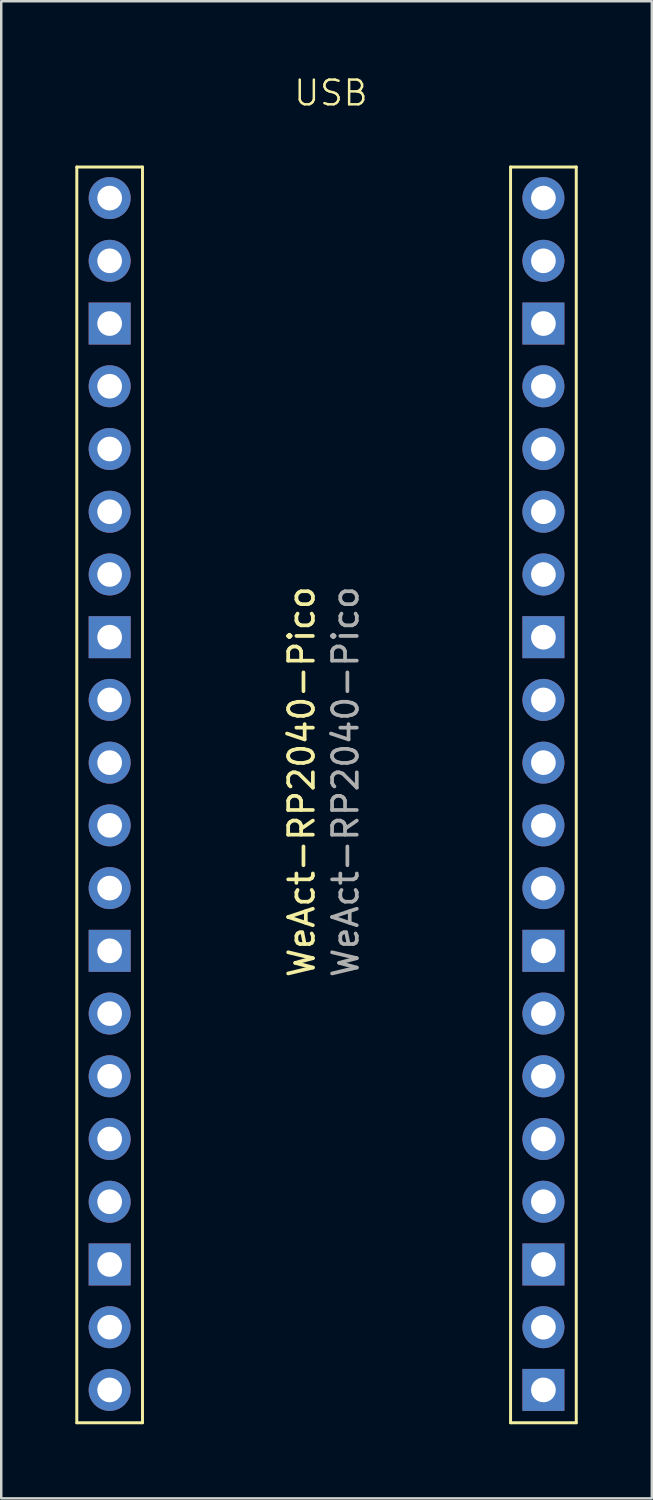
<source format=kicad_pcb>
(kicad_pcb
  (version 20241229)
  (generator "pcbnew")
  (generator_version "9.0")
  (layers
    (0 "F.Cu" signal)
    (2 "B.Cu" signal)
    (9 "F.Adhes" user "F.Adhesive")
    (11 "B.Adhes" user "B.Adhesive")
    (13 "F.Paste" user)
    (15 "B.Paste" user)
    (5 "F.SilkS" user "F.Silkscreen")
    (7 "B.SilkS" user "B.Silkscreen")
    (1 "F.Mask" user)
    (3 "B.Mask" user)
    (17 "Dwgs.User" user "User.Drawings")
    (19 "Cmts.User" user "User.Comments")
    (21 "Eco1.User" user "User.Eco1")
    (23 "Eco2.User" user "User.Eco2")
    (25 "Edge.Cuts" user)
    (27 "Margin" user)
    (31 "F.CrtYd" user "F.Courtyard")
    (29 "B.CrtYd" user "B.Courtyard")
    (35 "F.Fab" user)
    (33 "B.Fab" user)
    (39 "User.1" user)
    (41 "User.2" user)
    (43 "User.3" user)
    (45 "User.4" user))
  (footprint "WeAct-RP2040-Pico"
    (layer "F.Cu")
    (at 10.18 29.113)
    (property "Reference" "WeAct-RP2040-Pico" (at -1.016 -0.508 90) (unlocked yes) (layer "F.SilkS") (effects (font (size 1 1) (thickness 0.15))))
    (attr through_hole)
    (fp_line (start -10.12 -25.4) (end -10.12 25.448) (stroke (width 0.12) (type solid)) (layer "F.SilkS"))
    (fp_line (start -10.12 -25.4) (end -7.46 -25.4) (stroke (width 0.12) (type solid)) (layer "F.SilkS"))
    (fp_line (start -10.12 25.448) (end -7.46 25.448) (stroke (width 0.12) (type solid)) (layer "F.SilkS"))
    (fp_line (start -7.46 -25.4) (end -7.46 25.448) (stroke (width 0.12) (type solid)) (layer "F.SilkS"))
    (fp_line (start 7.444 -25.4) (end 7.444 25.448) (stroke (width 0.12) (type solid)) (layer "F.SilkS"))
    (fp_line (start 7.444 -25.4) (end 10.104 -25.4) (stroke (width 0.12) (type solid)) (layer "F.SilkS"))
    (fp_line (start 7.444 25.448) (end 10.104 25.448) (stroke (width 0.12) (type solid)) (layer "F.SilkS"))
    (fp_line (start 10.104 -25.4) (end 10.104 25.448) (stroke (width 0.12) (type solid)) (layer "F.SilkS"))
    (fp_text user "USB" (at -1.397 -27.813 0) (unlocked yes) (layer "F.SilkS") (effects (font (size 1 1) (thickness 0.1)) (justify left bottom)))
    (fp_text user "${REFERENCE}" (at 0.762 -0.508 90) (unlocked yes) (layer "F.Fab") (effects (font (size 1 1) (thickness 0.15))))
    (pad "1" thru_hole circle (at -8.79 -24.142) (size 1.7 1.7) (drill 1) (layers "*.Cu" "*.Mask"))
    (pad "2" thru_hole oval (at -8.79 -21.602) (size 1.7 1.7) (drill 1) (layers "*.Cu" "*.Mask"))
    (pad "3" thru_hole rect (at -8.79 -19.062) (size 1.7 1.7) (drill 1) (layers "*.Cu" "*.Mask"))
    (pad "4" thru_hole oval (at -8.79 -16.522) (size 1.7 1.7) (drill 1) (layers "*.Cu" "*.Mask"))
    (pad "5" thru_hole oval (at -8.79 -13.982) (size 1.7 1.7) (drill 1) (layers "*.Cu" "*.Mask"))
    (pad "6" thru_hole oval (at -8.79 -11.442) (size 1.7 1.7) (drill 1) (layers "*.Cu" "*.Mask"))
    (pad "7" thru_hole oval (at -8.79 -8.902) (size 1.7 1.7) (drill 1) (layers "*.Cu" "*.Mask"))
    (pad "8" thru_hole rect (at -8.79 -6.362) (size 1.7 1.7) (drill 1) (layers "*.Cu" "*.Mask"))
    (pad "9" thru_hole oval (at -8.79 -3.822) (size 1.7 1.7) (drill 1) (layers "*.Cu" "*.Mask"))
    (pad "10" thru_hole oval (at -8.79 -1.282) (size 1.7 1.7) (drill 1) (layers "*.Cu" "*.Mask"))
    (pad "11" thru_hole oval (at -8.79 1.258) (size 1.7 1.7) (drill 1) (layers "*.Cu" "*.Mask"))
    (pad "12" thru_hole oval (at -8.79 3.798) (size 1.7 1.7) (drill 1) (layers "*.Cu" "*.Mask"))
    (pad "13" thru_hole rect (at -8.79 6.338) (size 1.7 1.7) (drill 1) (layers "*.Cu" "*.Mask"))
    (pad "14" thru_hole oval (at -8.79 8.878) (size 1.7 1.7) (drill 1) (layers "*.Cu" "*.Mask"))
    (pad "15" thru_hole oval (at -8.79 11.418) (size 1.7 1.7) (drill 1) (layers "*.Cu" "*.Mask"))
    (pad "16" thru_hole oval (at -8.79 13.958) (size 1.7 1.7) (drill 1) (layers "*.Cu" "*.Mask"))
    (pad "17" thru_hole oval (at -8.79 16.498) (size 1.7 1.7) (drill 1) (layers "*.Cu" "*.Mask"))
    (pad "18" thru_hole rect (at -8.79 19.038) (size 1.7 1.7) (drill 1) (layers "*.Cu" "*.Mask"))
    (pad "19" thru_hole oval (at -8.79 21.578) (size 1.7 1.7) (drill 1) (layers "*.Cu" "*.Mask"))
    (pad "20" thru_hole oval (at -8.79 24.118) (size 1.7 1.7) (drill 1) (layers "*.Cu" "*.Mask"))
    (pad "21" thru_hole rect (at 8.774 24.118) (size 1.7 1.7) (drill 1) (layers "*.Cu" "*.Mask"))
    (pad "22" thru_hole oval (at 8.774 21.578) (size 1.7 1.7) (drill 1) (layers "*.Cu" "*.Mask"))
    (pad "23" thru_hole rect (at 8.774 19.038) (size 1.7 1.7) (drill 1) (layers "*.Cu" "*.Mask"))
    (pad "24" thru_hole oval (at 8.774 16.498) (size 1.7 1.7) (drill 1) (layers "*.Cu" "*.Mask"))
    (pad "25" thru_hole oval (at 8.774 13.958) (size 1.7 1.7) (drill 1) (layers "*.Cu" "*.Mask"))
    (pad "26" thru_hole oval (at 8.774 11.418) (size 1.7 1.7) (drill 1) (layers "*.Cu" "*.Mask"))
    (pad "27" thru_hole oval (at 8.774 8.878) (size 1.7 1.7) (drill 1) (layers "*.Cu" "*.Mask"))
    (pad "28" thru_hole rect (at 8.774 6.338) (size 1.7 1.7) (drill 1) (layers "*.Cu" "*.Mask"))
    (pad "29" thru_hole oval (at 8.774 3.798) (size 1.7 1.7) (drill 1) (layers "*.Cu" "*.Mask"))
    (pad "30" thru_hole oval (at 8.774 1.258) (size 1.7 1.7) (drill 1) (layers "*.Cu" "*.Mask"))
    (pad "31" thru_hole oval (at 8.774 -1.282) (size 1.7 1.7) (drill 1) (layers "*.Cu" "*.Mask"))
    (pad "32" thru_hole oval (at 8.774 -3.822) (size 1.7 1.7) (drill 1) (layers "*.Cu" "*.Mask"))
    (pad "33" thru_hole rect (at 8.774 -6.362) (size 1.7 1.7) (drill 1) (layers "*.Cu" "*.Mask"))
    (pad "34" thru_hole oval (at 8.774 -8.902) (size 1.7 1.7) (drill 1) (layers "*.Cu" "*.Mask"))
    (pad "35" thru_hole oval (at 8.774 -11.442) (size 1.7 1.7) (drill 1) (layers "*.Cu" "*.Mask"))
    (pad "36" thru_hole oval (at 8.774 -13.982) (size 1.7 1.7) (drill 1) (layers "*.Cu" "*.Mask"))
    (pad "37" thru_hole oval (at 8.774 -16.522) (size 1.7 1.7) (drill 1) (layers "*.Cu" "*.Mask"))
    (pad "38" thru_hole rect (at 8.774 -19.062) (size 1.7 1.7) (drill 1) (layers "*.Cu" "*.Mask"))
    (pad "39" thru_hole oval (at 8.774 -21.602) (size 1.7 1.7) (drill 1) (layers "*.Cu" "*.Mask"))
    (pad "40" thru_hole circle (at 8.774 -24.142) (size 1.7 1.7) (drill 1) (layers "*.Cu" "*.Mask")))
  (gr_rect
    (start -3 -3)
    (end 23.344 57.621)
    (stroke (width 0.1) (type default))
    (fill no)
    (layer "Edge.Cuts")))
</source>
